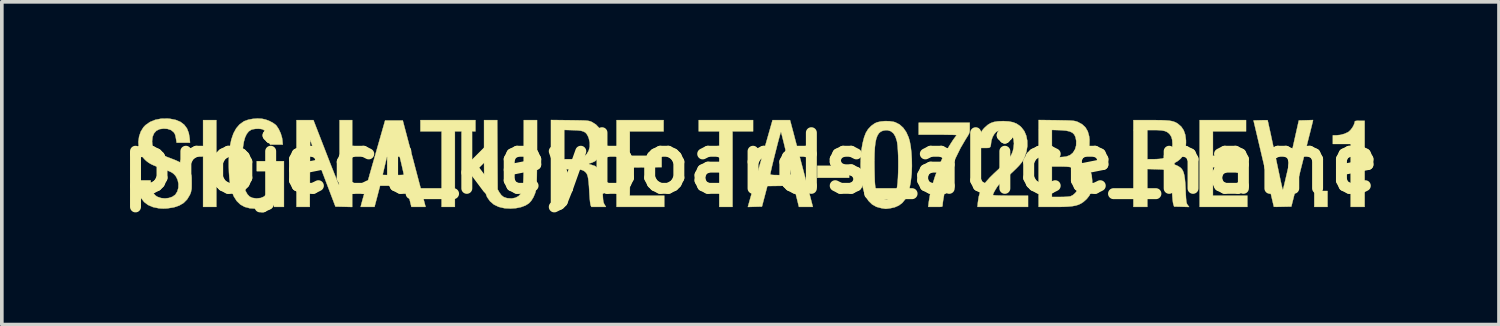
<source format=kicad_pcb>
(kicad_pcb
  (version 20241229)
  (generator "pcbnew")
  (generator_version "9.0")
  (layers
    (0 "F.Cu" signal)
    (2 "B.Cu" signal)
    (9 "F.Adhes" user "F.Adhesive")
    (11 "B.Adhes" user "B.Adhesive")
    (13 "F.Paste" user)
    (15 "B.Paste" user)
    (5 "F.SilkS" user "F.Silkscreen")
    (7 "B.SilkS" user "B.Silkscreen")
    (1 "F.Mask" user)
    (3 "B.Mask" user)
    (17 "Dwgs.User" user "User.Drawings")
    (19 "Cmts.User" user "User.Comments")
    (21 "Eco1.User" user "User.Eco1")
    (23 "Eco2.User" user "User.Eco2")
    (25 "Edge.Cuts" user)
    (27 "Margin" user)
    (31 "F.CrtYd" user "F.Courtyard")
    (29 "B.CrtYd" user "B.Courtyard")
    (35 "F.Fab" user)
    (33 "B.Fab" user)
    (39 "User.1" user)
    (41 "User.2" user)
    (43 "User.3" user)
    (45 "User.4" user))
  (footprint "project_keyboards_alice_name"
    (layer "F.Cu")
    (at 17.497 1.418)
    (property "Reference" "project_keyboards_alice_name" (at 0 0 0) (layer "F.SilkS") (effects (font (size 1.524 1.524) (thickness 0.3))))
    (attr through_hole)
    (fp_poly (pts (xy -14.623 1.197) (xy -14.986 1.197) (xy -14.986 -1.179) (xy -14.623 -1.179) (xy -14.623 1.197)) (stroke (width 0.01) (type solid)) (fill yes) (layer "F.SilkS"))
    (fp_poly (pts (xy 2.703 0.399) (xy 1.832 0.399) (xy 1.832 0.073) (xy 2.703 0.073) (xy 2.703 0.399)) (stroke (width 0.01) (type solid)) (fill yes) (layer "F.SilkS"))
    (fp_poly (pts (xy 15.802 1.197) (xy 15.44 1.197) (xy 15.44 0.762) (xy 15.802 0.762) (xy 15.802 1.197)) (stroke (width 0.01) (type solid)) (fill yes) (layer "F.SilkS"))
    (fp_poly (pts (xy -7.529 -0.871) (xy -8.092 -0.871) (xy -8.092 1.197) (xy -8.455 1.197) (xy -8.455 -0.871) (xy -9.035 -0.871) (xy -9.035 -1.179) (xy -7.529 -1.179) (xy -7.529 -0.871)) (stroke (width 0.01) (type solid)) (fill yes) (layer "F.SilkS"))
    (fp_poly (pts (xy 0.073 -0.871) (xy -0.49 -0.871) (xy -0.49 1.197) (xy -0.853 1.197) (xy -0.853 -0.871) (xy -1.415 -0.871) (xy -1.415 -1.179) (xy 0.073 -1.179) (xy 0.073 -0.871)) (stroke (width 0.01) (type solid)) (fill yes) (layer "F.SilkS"))
    (fp_poly (pts (xy 13.571 -0.871) (xy 12.664 -0.871) (xy 12.664 -0.2) (xy 13.516 -0.2) (xy 13.516 0.109) (xy 12.664 0.109) (xy 12.664 0.889) (xy 13.607 0.889) (xy 13.607 1.197) (xy 12.301 1.197) (xy 12.301 -1.179) (xy 13.571 -1.179) (xy 13.571 -0.871)) (stroke (width 0.01) (type solid)) (fill yes) (layer "F.SilkS"))
    (fp_poly (pts (xy -2.377 -0.871) (xy -3.302 -0.871) (xy -3.302 -0.2) (xy -2.431 -0.2) (xy -2.431 0.108) (xy -2.862 0.113) (xy -3.293 0.118) (xy -3.298 0.503) (xy -3.303 0.889) (xy -2.359 0.889) (xy -2.359 1.197) (xy -3.665 1.197) (xy -3.665 -1.179) (xy -2.377 -1.179) (xy -2.377 -0.871)) (stroke (width 0.01) (type solid)) (fill yes) (layer "F.SilkS"))
    (fp_poly (pts (xy 16.818 1.197) (xy 16.437 1.197) (xy 16.437 -0.526) (xy 15.948 -0.526) (xy 15.948 -0.762) (xy 16.034 -0.762) (xy 16.155 -0.774) (xy 16.272 -0.806) (xy 16.372 -0.854) (xy 16.382 -0.861) (xy 16.431 -0.907) (xy 16.48 -0.97) (xy 16.519 -1.039) (xy 16.543 -1.102) (xy 16.546 -1.128) (xy 16.551 -1.145) (xy 16.568 -1.155) (xy 16.607 -1.16) (xy 16.673 -1.161) (xy 16.682 -1.161) (xy 16.818 -1.161) (xy 16.818 1.197)) (stroke (width 0.01) (type solid)) (fill yes) (layer "F.SilkS"))
    (fp_poly (pts (xy -10.904 1.199) (xy -11.133 1.193) (xy -11.362 1.188) (xy -11.709 0.275) (xy -12.056 -0.639) (xy -12.061 0.279) (xy -12.065 1.197) (xy -12.428 1.197) (xy -12.428 -1.179) (xy -12.197 -1.179) (xy -11.965 -1.179) (xy -11.62 -0.291) (xy -11.554 -0.121) (xy -11.492 0.039) (xy -11.434 0.184) (xy -11.383 0.313) (xy -11.339 0.421) (xy -11.304 0.507) (xy -11.278 0.566) (xy -11.264 0.595) (xy -11.262 0.598) (xy -11.259 0.581) (xy -11.257 0.531) (xy -11.255 0.451) (xy -11.253 0.345) (xy -11.251 0.217) (xy -11.25 0.071) (xy -11.249 -0.092) (xy -11.249 -0.266) (xy -11.249 -0.29) (xy -11.249 -1.179) (xy -10.904 -1.179) (xy -10.904 1.199)) (stroke (width 0.01) (type solid)) (fill yes) (layer "F.SilkS"))
    (fp_poly (pts (xy 6.005 -0.968) (xy 6.005 -0.906) (xy 6.001 -0.86) (xy 5.99 -0.819) (xy 5.968 -0.775) (xy 5.933 -0.717) (xy 5.899 -0.664) (xy 5.755 -0.419) (xy 5.622 -0.149) (xy 5.504 0.136) (xy 5.407 0.425) (xy 5.391 0.481) (xy 5.367 0.572) (xy 5.342 0.677) (xy 5.318 0.79) (xy 5.297 0.902) (xy 5.279 1.004) (xy 5.267 1.089) (xy 5.262 1.148) (xy 5.261 1.154) (xy 5.26 1.173) (xy 5.252 1.186) (xy 5.232 1.193) (xy 5.192 1.196) (xy 5.126 1.197) (xy 5.065 1.197) (xy 4.869 1.197) (xy 4.884 1.067) (xy 4.92 0.854) (xy 4.975 0.623) (xy 5.048 0.383) (xy 5.136 0.142) (xy 5.235 -0.088) (xy 5.284 -0.189) (xy 5.327 -0.271) (xy 5.381 -0.365) (xy 5.44 -0.464) (xy 5.498 -0.557) (xy 5.55 -0.637) (xy 5.59 -0.692) (xy 5.621 -0.733) (xy 5.64 -0.763) (xy 5.642 -0.769) (xy 5.625 -0.772) (xy 5.576 -0.775) (xy 5.5 -0.777) (xy 5.401 -0.778) (xy 5.284 -0.78) (xy 5.153 -0.78) (xy 5.125 -0.78) (xy 4.608 -0.78) (xy 4.608 -1.107) (xy 6.005 -1.107) (xy 6.005 -0.968)) (stroke (width 0.01) (type solid)) (fill yes) (layer "F.SilkS"))
    (fp_poly (pts (xy -6.927 -0.231) (xy -6.921 0.717) (xy -6.876 0.797) (xy -6.82 0.876) (xy -6.755 0.927) (xy -6.67 0.956) (xy -6.654 0.959) (xy -6.538 0.967) (xy -6.433 0.947) (xy -6.347 0.901) (xy -6.283 0.831) (xy -6.268 0.804) (xy -6.255 0.771) (xy -6.243 0.732) (xy -6.234 0.684) (xy -6.226 0.623) (xy -6.22 0.546) (xy -6.215 0.451) (xy -6.211 0.335) (xy -6.209 0.193) (xy -6.207 0.024) (xy -6.206 -0.176) (xy -6.206 -0.349) (xy -6.205 -1.179) (xy -5.842 -1.179) (xy -5.842 -0.304) (xy -5.843 -0.11) (xy -5.844 0.071) (xy -5.846 0.236) (xy -5.848 0.382) (xy -5.851 0.504) (xy -5.854 0.6) (xy -5.858 0.666) (xy -5.861 0.689) (xy -5.891 0.813) (xy -5.941 0.931) (xy -6.004 1.033) (xy -6.065 1.098) (xy -6.158 1.157) (xy -6.278 1.202) (xy -6.416 1.231) (xy -6.566 1.242) (xy -6.721 1.234) (xy -6.738 1.232) (xy -6.892 1.196) (xy -7.023 1.133) (xy -7.128 1.044) (xy -7.209 0.929) (xy -7.263 0.79) (xy -7.273 0.748) (xy -7.279 0.701) (xy -7.283 0.618) (xy -7.287 0.499) (xy -7.29 0.345) (xy -7.292 0.154) (xy -7.293 -0.072) (xy -7.293 -0.264) (xy -7.293 -1.179) (xy -6.932 -1.179) (xy -6.927 -0.231)) (stroke (width 0.01) (type solid)) (fill yes) (layer "F.SilkS"))
    (fp_poly (pts (xy 15.395 -1.127) (xy 15.388 -1.101) (xy 15.374 -1.042) (xy 15.352 -0.954) (xy 15.324 -0.841) (xy 15.289 -0.705) (xy 15.25 -0.549) (xy 15.207 -0.377) (xy 15.16 -0.192) (xy 15.111 0.003) (xy 15.097 0.057) (xy 14.811 1.188) (xy 14.572 1.193) (xy 14.484 1.195) (xy 14.41 1.196) (xy 14.358 1.195) (xy 14.334 1.194) (xy 14.333 1.193) (xy 14.329 1.175) (xy 14.317 1.125) (xy 14.298 1.045) (xy 14.273 0.938) (xy 14.243 0.808) (xy 14.207 0.657) (xy 14.167 0.488) (xy 14.124 0.305) (xy 14.078 0.109) (xy 14.054 0.009) (xy 13.776 -1.17) (xy 13.966 -1.175) (xy 14.045 -1.177) (xy 14.109 -1.177) (xy 14.15 -1.177) (xy 14.162 -1.175) (xy 14.166 -1.157) (xy 14.178 -1.107) (xy 14.195 -1.027) (xy 14.218 -0.923) (xy 14.246 -0.796) (xy 14.277 -0.65) (xy 14.311 -0.49) (xy 14.348 -0.317) (xy 14.36 -0.263) (xy 14.405 -0.05) (xy 14.443 0.13) (xy 14.475 0.28) (xy 14.501 0.403) (xy 14.522 0.501) (xy 14.539 0.577) (xy 14.552 0.634) (xy 14.561 0.674) (xy 14.568 0.7) (xy 14.573 0.715) (xy 14.577 0.721) (xy 14.58 0.721) (xy 14.582 0.719) (xy 14.584 0.717) (xy 14.59 0.697) (xy 14.603 0.646) (xy 14.622 0.566) (xy 14.647 0.46) (xy 14.677 0.332) (xy 14.711 0.185) (xy 14.748 0.023) (xy 14.787 -0.152) (xy 14.806 -0.232) (xy 15.016 -1.17) (xy 15.211 -1.175) (xy 15.406 -1.181) (xy 15.395 -1.127)) (stroke (width 0.01) (type solid)) (fill yes) (layer "F.SilkS"))
    (fp_poly (pts (xy -9.277 -0.254) (xy -9.227 -0.067) (xy -9.179 0.117) (xy -9.132 0.295) (xy -9.088 0.462) (xy -9.048 0.613) (xy -9.014 0.743) (xy -8.986 0.848) (xy -8.966 0.923) (xy -8.964 0.93) (xy -8.894 1.197) (xy -9.282 1.197) (xy -9.353 0.907) (xy -9.424 0.617) (xy -10.14 0.617) (xy -10.158 0.685) (xy -10.17 0.729) (xy -10.188 0.799) (xy -10.21 0.884) (xy -10.234 0.975) (xy -10.293 1.197) (xy -10.671 1.197) (xy -10.658 1.141) (xy -10.651 1.114) (xy -10.635 1.055) (xy -10.611 0.968) (xy -10.579 0.855) (xy -10.541 0.719) (xy -10.497 0.565) (xy -10.448 0.394) (xy -10.427 0.319) (xy -10.069 0.319) (xy -10.052 0.322) (xy -10.005 0.324) (xy -9.933 0.325) (xy -9.844 0.326) (xy -9.779 0.327) (xy -9.681 0.326) (xy -9.597 0.325) (xy -9.533 0.322) (xy -9.496 0.32) (xy -9.489 0.318) (xy -9.493 0.296) (xy -9.504 0.245) (xy -9.521 0.168) (xy -9.543 0.072) (xy -9.569 -0.038) (xy -9.598 -0.159) (xy -9.627 -0.284) (xy -9.657 -0.409) (xy -9.685 -0.528) (xy -9.712 -0.637) (xy -9.734 -0.73) (xy -9.752 -0.803) (xy -9.765 -0.851) (xy -9.77 -0.868) (xy -9.782 -0.862) (xy -9.787 -0.851) (xy -9.793 -0.828) (xy -9.806 -0.776) (xy -9.825 -0.699) (xy -9.849 -0.603) (xy -9.876 -0.492) (xy -9.905 -0.372) (xy -9.935 -0.247) (xy -9.965 -0.123) (xy -9.993 -0.005) (xy -10.019 0.102) (xy -10.04 0.193) (xy -10.057 0.263) (xy -10.067 0.306) (xy -10.069 0.319) (xy -10.427 0.319) (xy -10.396 0.209) (xy -10.341 0.015) (xy -10.324 -0.043) (xy -10.002 -1.17) (xy -9.519 -1.17) (xy -9.277 -0.254)) (stroke (width 0.01) (type solid)) (fill yes) (layer "F.SilkS"))
    (fp_poly (pts (xy 6.931 -1.151) (xy 7.075 -1.143) (xy 7.192 -1.12) (xy 7.291 -1.08) (xy 7.378 -1.02) (xy 7.422 -0.979) (xy 7.5 -0.877) (xy 7.552 -0.754) (xy 7.58 -0.616) (xy 7.582 -0.467) (xy 7.558 -0.315) (xy 7.508 -0.164) (xy 7.473 -0.089) (xy 7.43 -0.023) (xy 7.366 0.055) (xy 7.278 0.147) (xy 7.165 0.255) (xy 7.024 0.38) (xy 6.996 0.405) (xy 6.928 0.466) (xy 6.862 0.528) (xy 6.81 0.582) (xy 6.791 0.603) (xy 6.751 0.656) (xy 6.711 0.72) (xy 6.675 0.783) (xy 6.65 0.837) (xy 6.64 0.87) (xy 6.658 0.877) (xy 6.712 0.882) (xy 6.802 0.886) (xy 6.928 0.888) (xy 7.089 0.889) (xy 7.121 0.889) (xy 7.602 0.889) (xy 7.602 1.197) (xy 6.218 1.197) (xy 6.229 1.073) (xy 6.253 0.917) (xy 6.293 0.778) (xy 6.355 0.648) (xy 6.442 0.52) (xy 6.557 0.391) (xy 6.658 0.292) (xy 6.79 0.169) (xy 6.897 0.066) (xy 6.983 -0.021) (xy 7.05 -0.095) (xy 7.101 -0.16) (xy 7.139 -0.22) (xy 7.166 -0.278) (xy 7.187 -0.338) (xy 7.202 -0.404) (xy 7.203 -0.407) (xy 7.217 -0.536) (xy 7.206 -0.652) (xy 7.171 -0.75) (xy 7.115 -0.827) (xy 7.044 -0.875) (xy 6.957 -0.899) (xy 6.863 -0.901) (xy 6.778 -0.881) (xy 6.731 -0.856) (xy 6.676 -0.797) (xy 6.63 -0.715) (xy 6.6 -0.623) (xy 6.594 -0.588) (xy 6.585 -0.51) (xy 6.575 -0.461) (xy 6.558 -0.433) (xy 6.525 -0.42) (xy 6.47 -0.417) (xy 6.394 -0.417) (xy 6.22 -0.417) (xy 6.232 -0.522) (xy 6.244 -0.595) (xy 6.263 -0.683) (xy 6.282 -0.753) (xy 6.309 -0.829) (xy 6.34 -0.887) (xy 6.386 -0.944) (xy 6.422 -0.981) (xy 6.499 -1.049) (xy 6.58 -1.098) (xy 6.67 -1.129) (xy 6.779 -1.146) (xy 6.914 -1.151) (xy 6.931 -1.151)) (stroke (width 0.01) (type solid)) (fill yes) (layer "F.SilkS"))
    (fp_poly (pts (xy 1.113 -1.075) (xy 1.122 -1.039) (xy 1.14 -0.972) (xy 1.165 -0.879) (xy 1.196 -0.762) (xy 1.231 -0.627) (xy 1.271 -0.476) (xy 1.314 -0.314) (xy 1.358 -0.144) (xy 1.404 0.029) (xy 1.45 0.203) (xy 1.495 0.374) (xy 1.537 0.536) (xy 1.577 0.688) (xy 1.613 0.824) (xy 1.644 0.942) (xy 1.668 1.036) (xy 1.686 1.105) (xy 1.696 1.143) (xy 1.697 1.148) (xy 1.709 1.197) (xy 1.329 1.197) (xy 1.281 1.002) (xy 1.258 0.911) (xy 1.235 0.822) (xy 1.215 0.747) (xy 1.205 0.712) (xy 1.178 0.616) (xy 0.464 0.626) (xy 0.39 0.907) (xy 0.316 1.188) (xy 0.123 1.193) (xy -0.07 1.199) (xy -0.038 1.085) (xy -0.027 1.047) (xy -0.008 0.978) (xy 0.02 0.88) (xy 0.055 0.758) (xy 0.095 0.615) (xy 0.141 0.454) (xy 0.184 0.304) (xy 0.544 0.304) (xy 0.553 0.313) (xy 0.584 0.32) (xy 0.639 0.324) (xy 0.724 0.326) (xy 0.826 0.327) (xy 0.933 0.326) (xy 1.009 0.325) (xy 1.059 0.322) (xy 1.088 0.317) (xy 1.103 0.309) (xy 1.107 0.297) (xy 1.107 0.295) (xy 1.103 0.268) (xy 1.092 0.212) (xy 1.074 0.132) (xy 1.052 0.033) (xy 1.027 -0.079) (xy 0.999 -0.2) (xy 0.97 -0.324) (xy 0.941 -0.447) (xy 0.913 -0.563) (xy 0.887 -0.666) (xy 0.866 -0.752) (xy 0.849 -0.816) (xy 0.839 -0.851) (xy 0.836 -0.857) (xy 0.83 -0.843) (xy 0.816 -0.799) (xy 0.797 -0.729) (xy 0.772 -0.638) (xy 0.744 -0.532) (xy 0.715 -0.416) (xy 0.684 -0.294) (xy 0.653 -0.171) (xy 0.624 -0.052) (xy 0.597 0.058) (xy 0.575 0.153) (xy 0.558 0.229) (xy 0.547 0.282) (xy 0.544 0.304) (xy 0.184 0.304) (xy 0.191 0.279) (xy 0.244 0.092) (xy 0.299 -0.102) (xy 0.3 -0.104) (xy 0.606 -1.179) (xy 1.084 -1.179) (xy 1.113 -1.075)) (stroke (width 0.01) (type solid)) (fill yes) (layer "F.SilkS"))
    (fp_poly (pts (xy -4.948 -1.176) (xy -4.798 -1.174) (xy -4.679 -1.172) (xy -4.587 -1.17) (xy -4.517 -1.167) (xy -4.465 -1.162) (xy -4.425 -1.156) (xy -4.393 -1.148) (xy -4.365 -1.138) (xy -4.343 -1.128) (xy -4.229 -1.057) (xy -4.136 -0.959) (xy -4.079 -0.862) (xy -4.06 -0.814) (xy -4.048 -0.765) (xy -4.041 -0.704) (xy -4.038 -0.623) (xy -4.037 -0.571) (xy -4.038 -0.481) (xy -4.041 -0.417) (xy -4.048 -0.368) (xy -4.063 -0.323) (xy -4.086 -0.272) (xy -4.097 -0.248) (xy -4.165 -0.14) (xy -4.245 -0.061) (xy -4.336 -0.015) (xy -4.365 -0.007) (xy -4.412 0.006) (xy -4.424 0.02) (xy -4.399 0.034) (xy -4.359 0.043) (xy -4.256 0.077) (xy -4.173 0.141) (xy -4.11 0.234) (xy -4.081 0.308) (xy -4.074 0.346) (xy -4.067 0.414) (xy -4.06 0.503) (xy -4.053 0.608) (xy -4.049 0.717) (xy -4.044 0.84) (xy -4.039 0.932) (xy -4.034 1) (xy -4.027 1.048) (xy -4.018 1.084) (xy -4.006 1.113) (xy -3.996 1.13) (xy -3.956 1.197) (xy -4.355 1.197) (xy -4.375 1.148) (xy -4.382 1.113) (xy -4.391 1.05) (xy -4.399 0.965) (xy -4.406 0.864) (xy -4.411 0.78) (xy -4.42 0.632) (xy -4.43 0.516) (xy -4.441 0.426) (xy -4.454 0.359) (xy -4.471 0.309) (xy -4.492 0.272) (xy -4.505 0.256) (xy -4.546 0.219) (xy -4.595 0.193) (xy -4.657 0.176) (xy -4.74 0.167) (xy -4.851 0.163) (xy -4.88 0.163) (xy -5.098 0.163) (xy -5.098 1.197) (xy -5.461 1.197) (xy -5.461 -0.109) (xy -5.098 -0.109) (xy -4.92 -0.109) (xy -4.816 -0.112) (xy -4.722 -0.122) (xy -4.651 -0.136) (xy -4.65 -0.136) (xy -4.554 -0.182) (xy -4.479 -0.253) (xy -4.427 -0.345) (xy -4.399 -0.451) (xy -4.399 -0.566) (xy -4.426 -0.685) (xy -4.448 -0.739) (xy -4.48 -0.796) (xy -4.519 -0.839) (xy -4.571 -0.868) (xy -4.641 -0.888) (xy -4.736 -0.899) (xy -4.858 -0.904) (xy -5.098 -0.911) (xy -5.098 -0.109) (xy -5.461 -0.109) (xy -5.461 -1.182) (xy -4.948 -1.176)) (stroke (width 0.01) (type solid)) (fill yes) (layer "F.SilkS"))
    (fp_poly (pts (xy 3.811 -1.149) (xy 3.923 -1.132) (xy 3.967 -1.119) (xy 4.083 -1.06) (xy 4.183 -0.97) (xy 4.267 -0.851) (xy 4.332 -0.705) (xy 4.363 -0.598) (xy 4.389 -0.456) (xy 4.408 -0.289) (xy 4.419 -0.108) (xy 4.422 0.078) (xy 4.416 0.259) (xy 4.413 0.302) (xy 4.388 0.521) (xy 4.352 0.706) (xy 4.303 0.86) (xy 4.24 0.986) (xy 4.161 1.084) (xy 4.065 1.157) (xy 3.952 1.207) (xy 3.835 1.233) (xy 3.772 1.242) (xy 3.724 1.248) (xy 3.701 1.249) (xy 3.701 1.249) (xy 3.68 1.246) (xy 3.633 1.239) (xy 3.588 1.232) (xy 3.45 1.195) (xy 3.331 1.127) (xy 3.232 1.03) (xy 3.165 0.923) (xy 3.111 0.789) (xy 3.069 0.628) (xy 3.039 0.446) (xy 3.022 0.25) (xy 3.016 0.046) (xy 3.02 -0.081) (xy 3.395 -0.081) (xy 3.397 0.14) (xy 3.4 0.289) (xy 3.403 0.407) (xy 3.406 0.5) (xy 3.411 0.571) (xy 3.417 0.627) (xy 3.424 0.673) (xy 3.434 0.713) (xy 3.444 0.745) (xy 3.493 0.854) (xy 3.558 0.932) (xy 3.637 0.978) (xy 3.728 0.991) (xy 3.828 0.969) (xy 3.857 0.957) (xy 3.908 0.917) (xy 3.955 0.846) (xy 3.994 0.75) (xy 4.003 0.721) (xy 4.018 0.642) (xy 4.031 0.534) (xy 4.04 0.404) (xy 4.046 0.257) (xy 4.049 0.102) (xy 4.049 -0.056) (xy 4.046 -0.21) (xy 4.039 -0.352) (xy 4.03 -0.477) (xy 4.017 -0.577) (xy 4.01 -0.608) (xy 3.971 -0.729) (xy 3.916 -0.818) (xy 3.843 -0.876) (xy 3.755 -0.902) (xy 3.699 -0.902) (xy 3.628 -0.889) (xy 3.568 -0.863) (xy 3.519 -0.82) (xy 3.479 -0.758) (xy 3.447 -0.675) (xy 3.424 -0.569) (xy 3.408 -0.436) (xy 3.399 -0.274) (xy 3.395 -0.081) (xy 3.02 -0.081) (xy 3.022 -0.158) (xy 3.04 -0.355) (xy 3.071 -0.54) (xy 3.113 -0.705) (xy 3.161 -0.831) (xy 3.223 -0.931) (xy 3.307 -1.02) (xy 3.403 -1.089) (xy 3.466 -1.118) (xy 3.568 -1.141) (xy 3.688 -1.152) (xy 3.811 -1.149)) (stroke (width 0.01) (type solid)) (fill yes) (layer "F.SilkS"))
    (fp_poly (pts (xy 10.963 -1.179) (xy 11.131 -1.178) (xy 11.268 -1.176) (xy 11.377 -1.171) (xy 11.465 -1.164) (xy 11.535 -1.152) (xy 11.592 -1.137) (xy 11.641 -1.117) (xy 11.687 -1.092) (xy 11.703 -1.081) (xy 11.796 -1.001) (xy 11.864 -0.9) (xy 11.907 -0.777) (xy 11.926 -0.629) (xy 11.927 -0.562) (xy 11.918 -0.423) (xy 11.894 -0.31) (xy 11.852 -0.216) (xy 11.789 -0.135) (xy 11.754 -0.101) (xy 11.69 -0.051) (xy 11.63 -0.017) (xy 11.601 -0.008) (xy 11.557 0.006) (xy 11.54 0.021) (xy 11.552 0.033) (xy 11.58 0.037) (xy 11.641 0.049) (xy 11.712 0.081) (xy 11.776 0.123) (xy 11.808 0.155) (xy 11.838 0.201) (xy 11.862 0.259) (xy 11.881 0.333) (xy 11.895 0.427) (xy 11.907 0.548) (xy 11.915 0.698) (xy 11.917 0.741) (xy 11.922 0.863) (xy 11.927 0.954) (xy 11.933 1.02) (xy 11.939 1.067) (xy 11.948 1.1) (xy 11.959 1.124) (xy 11.972 1.144) (xy 12.013 1.199) (xy 11.807 1.193) (xy 11.602 1.188) (xy 11.579 1.117) (xy 11.571 1.077) (xy 11.562 1.007) (xy 11.554 0.915) (xy 11.547 0.81) (xy 11.541 0.707) (xy 11.534 0.572) (xy 11.527 0.468) (xy 11.516 0.39) (xy 11.502 0.331) (xy 11.482 0.287) (xy 11.455 0.252) (xy 11.419 0.221) (xy 11.406 0.211) (xy 11.381 0.195) (xy 11.351 0.184) (xy 11.308 0.176) (xy 11.246 0.171) (xy 11.158 0.168) (xy 11.111 0.166) (xy 10.868 0.16) (xy 10.868 1.197) (xy 10.487 1.197) (xy 10.487 -0.109) (xy 10.868 -0.109) (xy 11.03 -0.109) (xy 11.117 -0.111) (xy 11.203 -0.117) (xy 11.272 -0.126) (xy 11.284 -0.129) (xy 11.389 -0.167) (xy 11.468 -0.23) (xy 11.522 -0.32) (xy 11.551 -0.435) (xy 11.557 -0.522) (xy 11.55 -0.633) (xy 11.528 -0.717) (xy 11.487 -0.785) (xy 11.455 -0.819) (xy 11.405 -0.856) (xy 11.344 -0.881) (xy 11.264 -0.897) (xy 11.159 -0.905) (xy 11.063 -0.907) (xy 10.868 -0.907) (xy 10.868 -0.109) (xy 10.487 -0.109) (xy 10.487 -1.179) (xy 10.963 -1.179)) (stroke (width 0.01) (type solid)) (fill yes) (layer "F.SilkS"))
    (fp_poly (pts (xy -13.372 -1.216) (xy -13.372 -1.216) (xy -13.271 -1.193) (xy -13.169 -1.154) (xy -13.075 -1.105) (xy -13.002 -1.052) (xy -12.979 -1.029) (xy -12.914 -0.931) (xy -12.86 -0.814) (xy -12.824 -0.691) (xy -12.815 -0.629) (xy -12.804 -0.508) (xy -13.154 -0.508) (xy -13.154 -0.568) (xy -13.168 -0.682) (xy -13.21 -0.785) (xy -13.274 -0.869) (xy -13.347 -0.923) (xy -13.399 -0.937) (xy -13.472 -0.943) (xy -13.552 -0.94) (xy -13.625 -0.929) (xy -13.671 -0.915) (xy -13.737 -0.869) (xy -13.792 -0.8) (xy -13.837 -0.706) (xy -13.871 -0.584) (xy -13.895 -0.433) (xy -13.909 -0.25) (xy -13.915 -0.035) (xy -13.915 0.015) (xy -13.911 0.242) (xy -13.897 0.434) (xy -13.874 0.592) (xy -13.842 0.714) (xy -13.827 0.753) (xy -13.775 0.849) (xy -13.715 0.913) (xy -13.641 0.949) (xy -13.545 0.963) (xy -13.513 0.964) (xy -13.409 0.953) (xy -13.324 0.918) (xy -13.255 0.858) (xy -13.203 0.77) (xy -13.164 0.652) (xy -13.137 0.502) (xy -13.132 0.463) (xy -13.125 0.382) (xy -13.121 0.312) (xy -13.121 0.264) (xy -13.123 0.247) (xy -13.134 0.234) (xy -13.158 0.225) (xy -13.202 0.22) (xy -13.272 0.218) (xy -13.325 0.218) (xy -13.516 0.218) (xy -13.516 -0.054) (xy -12.773 -0.054) (xy -12.773 1.197) (xy -13.045 1.197) (xy -13.045 1.061) (xy -13.047 0.993) (xy -13.053 0.945) (xy -13.062 0.925) (xy -13.063 0.925) (xy -13.08 0.937) (xy -13.081 0.941) (xy -13.093 0.972) (xy -13.123 1.019) (xy -13.164 1.071) (xy -13.208 1.12) (xy -13.244 1.152) (xy -13.332 1.199) (xy -13.444 1.229) (xy -13.569 1.242) (xy -13.698 1.235) (xy -13.708 1.234) (xy -13.847 1.197) (xy -13.966 1.131) (xy -14.065 1.035) (xy -14.146 0.908) (xy -14.207 0.751) (xy -14.232 0.656) (xy -14.251 0.543) (xy -14.267 0.403) (xy -14.278 0.246) (xy -14.283 0.083) (xy -14.283 -0.078) (xy -14.277 -0.224) (xy -14.253 -0.453) (xy -14.212 -0.65) (xy -14.154 -0.817) (xy -14.079 -0.954) (xy -13.987 -1.061) (xy -13.877 -1.14) (xy -13.855 -1.152) (xy -13.751 -1.189) (xy -13.627 -1.213) (xy -13.496 -1.223) (xy -13.372 -1.216)) (stroke (width 0.01) (type solid)) (fill yes) (layer "F.SilkS"))
    (fp_poly (pts (xy 8.377 -1.176) (xy 8.525 -1.173) (xy 8.641 -1.171) (xy 8.73 -1.168) (xy 8.798 -1.164) (xy 8.85 -1.159) (xy 8.89 -1.152) (xy 8.924 -1.143) (xy 8.956 -1.132) (xy 8.963 -1.129) (xy 9.082 -1.065) (xy 9.174 -0.979) (xy 9.238 -0.869) (xy 9.275 -0.735) (xy 9.285 -0.642) (xy 9.281 -0.485) (xy 9.248 -0.35) (xy 9.187 -0.238) (xy 9.097 -0.149) (xy 9.021 -0.102) (xy 8.94 -0.061) (xy 9.049 -0.021) (xy 9.16 0.034) (xy 9.246 0.109) (xy 9.307 0.207) (xy 9.344 0.33) (xy 9.359 0.479) (xy 9.358 0.569) (xy 9.346 0.7) (xy 9.321 0.805) (xy 9.277 0.893) (xy 9.212 0.975) (xy 9.172 1.013) (xy 9.113 1.064) (xy 9.052 1.104) (xy 8.985 1.136) (xy 8.908 1.16) (xy 8.815 1.177) (xy 8.702 1.188) (xy 8.564 1.195) (xy 8.397 1.197) (xy 8.318 1.197) (xy 7.892 1.197) (xy 7.892 0.091) (xy 8.255 0.091) (xy 8.255 0.925) (xy 8.477 0.925) (xy 8.57 0.924) (xy 8.656 0.92) (xy 8.726 0.913) (xy 8.766 0.907) (xy 8.831 0.873) (xy 8.896 0.816) (xy 8.949 0.745) (xy 8.979 0.677) (xy 8.994 0.589) (xy 8.998 0.485) (xy 8.989 0.386) (xy 8.98 0.34) (xy 8.945 0.264) (xy 8.889 0.192) (xy 8.823 0.135) (xy 8.787 0.115) (xy 8.731 0.102) (xy 8.64 0.094) (xy 8.513 0.091) (xy 8.491 0.091) (xy 8.255 0.091) (xy 7.892 0.091) (xy 7.892 -0.549) (xy 8.255 -0.549) (xy 8.256 -0.438) (xy 8.257 -0.34) (xy 8.26 -0.259) (xy 8.263 -0.203) (xy 8.266 -0.177) (xy 8.267 -0.175) (xy 8.293 -0.168) (xy 8.345 -0.164) (xy 8.415 -0.164) (xy 8.493 -0.166) (xy 8.57 -0.172) (xy 8.636 -0.18) (xy 8.658 -0.184) (xy 8.755 -0.222) (xy 8.833 -0.287) (xy 8.888 -0.376) (xy 8.919 -0.483) (xy 8.922 -0.605) (xy 8.92 -0.62) (xy 8.902 -0.712) (xy 8.869 -0.782) (xy 8.817 -0.834) (xy 8.743 -0.869) (xy 8.642 -0.891) (xy 8.51 -0.903) (xy 8.477 -0.904) (xy 8.255 -0.911) (xy 8.255 -0.549) (xy 7.892 -0.549) (xy 7.892 -1.182) (xy 8.377 -1.176)) (stroke (width 0.01) (type solid)) (fill yes) (layer "F.SilkS"))
    (fp_poly (pts (xy -15.89 -1.215) (xy -15.734 -1.184) (xy -15.605 -1.13) (xy -15.503 -1.052) (xy -15.427 -0.95) (xy -15.378 -0.823) (xy -15.356 -0.692) (xy -15.344 -0.562) (xy -15.71 -0.562) (xy -15.721 -0.63) (xy -15.735 -0.711) (xy -15.747 -0.765) (xy -15.761 -0.802) (xy -15.78 -0.833) (xy -15.795 -0.852) (xy -15.866 -0.908) (xy -15.964 -0.94) (xy -16.068 -0.947) (xy -16.178 -0.932) (xy -16.266 -0.888) (xy -16.33 -0.817) (xy -16.37 -0.721) (xy -16.383 -0.601) (xy -16.377 -0.513) (xy -16.358 -0.439) (xy -16.321 -0.374) (xy -16.263 -0.317) (xy -16.18 -0.263) (xy -16.07 -0.209) (xy -15.929 -0.153) (xy -15.888 -0.138) (xy -15.736 -0.079) (xy -15.616 -0.023) (xy -15.521 0.034) (xy -15.447 0.095) (xy -15.39 0.163) (xy -15.352 0.225) (xy -15.332 0.267) (xy -15.318 0.304) (xy -15.31 0.347) (xy -15.305 0.404) (xy -15.304 0.483) (xy -15.303 0.544) (xy -15.304 0.642) (xy -15.307 0.713) (xy -15.313 0.765) (xy -15.324 0.808) (xy -15.342 0.852) (xy -15.351 0.872) (xy -15.424 0.992) (xy -15.518 1.087) (xy -15.638 1.159) (xy -15.783 1.208) (xy -15.956 1.236) (xy -15.993 1.239) (xy -16.075 1.242) (xy -16.162 1.238) (xy -16.202 1.234) (xy -16.361 1.201) (xy -16.493 1.144) (xy -16.6 1.063) (xy -16.683 0.956) (xy -16.743 0.822) (xy -16.782 0.66) (xy -16.792 0.585) (xy -16.804 0.472) (xy -16.424 0.472) (xy -16.415 0.597) (xy -16.395 0.72) (xy -16.354 0.815) (xy -16.289 0.887) (xy -16.236 0.921) (xy -16.138 0.955) (xy -16.03 0.965) (xy -15.924 0.953) (xy -15.827 0.92) (xy -15.751 0.866) (xy -15.744 0.859) (xy -15.691 0.774) (xy -15.663 0.673) (xy -15.66 0.565) (xy -15.682 0.459) (xy -15.728 0.364) (xy -15.752 0.334) (xy -15.781 0.303) (xy -15.81 0.277) (xy -15.846 0.253) (xy -15.894 0.229) (xy -15.96 0.202) (xy -16.049 0.168) (xy -16.139 0.136) (xy -16.258 0.092) (xy -16.349 0.055) (xy -16.42 0.021) (xy -16.477 -0.014) (xy -16.529 -0.052) (xy -16.58 -0.098) (xy -16.652 -0.178) (xy -16.701 -0.262) (xy -16.734 -0.364) (xy -16.748 -0.432) (xy -16.758 -0.584) (xy -16.738 -0.731) (xy -16.692 -0.865) (xy -16.62 -0.982) (xy -16.563 -1.042) (xy -16.442 -1.127) (xy -16.299 -1.186) (xy -16.137 -1.218) (xy -15.958 -1.221) (xy -15.89 -1.215)) (stroke (width 0.01) (type solid)) (fill yes) (layer "F.SilkS")))
  (gr_rect
    (start -3 -3)
    (end 37.994 5.836)
    (stroke (width 0.1) (type default))
    (fill no)
    (layer "Edge.Cuts")))
</source>
